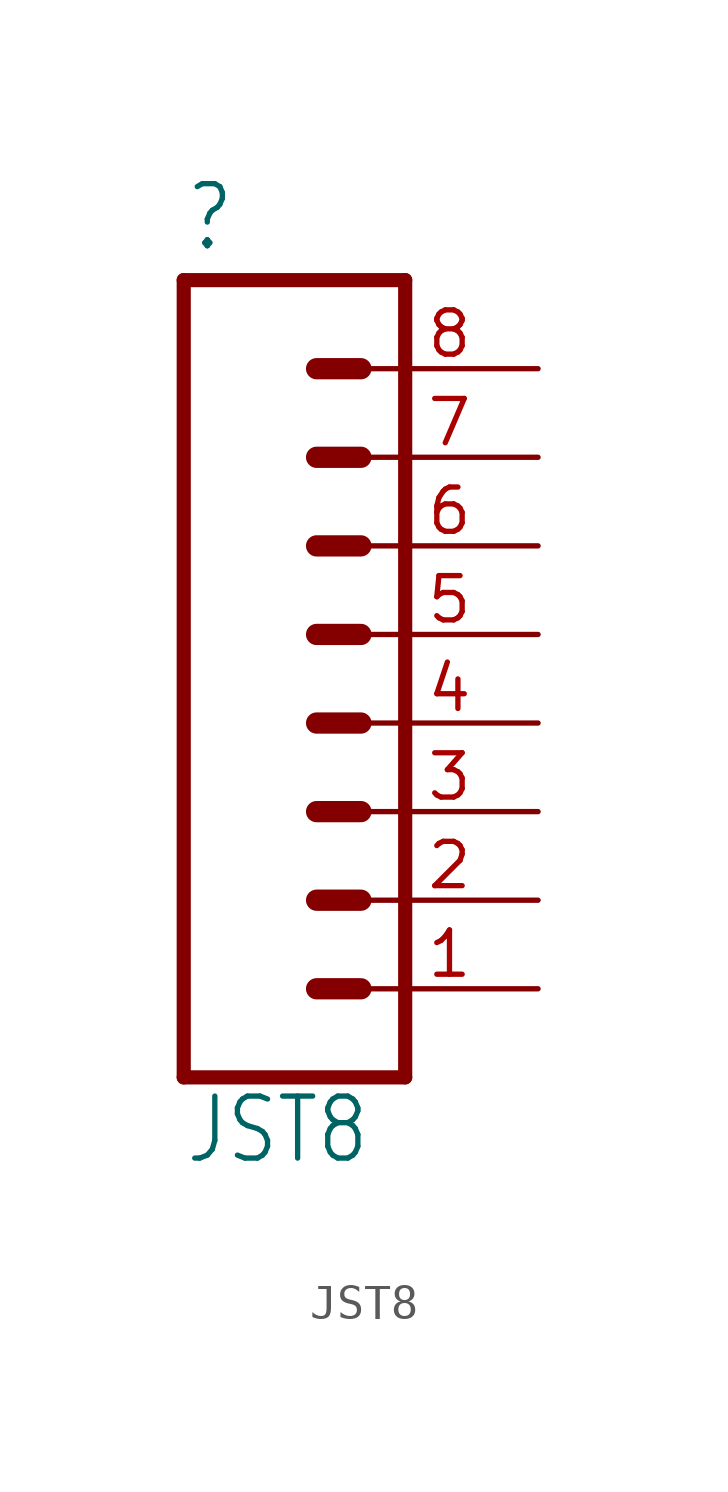
<source format=kicad_sym>
(kicad_symbol_lib
  (version 20211014)
  (generator kicad_symbol_editor)
  (symbol "JST8"
    (property "Reference" ""
      (at -2.54 10.922 0)
      (effects (font (size 1.778 1.511)) (justify left bottom)))
    (property "Value" "JST8"
      (at -2.54 -15.24 0)
      (effects (font (size 1.778 1.511)) (justify left bottom)))
    (property "ki_locked" ""
      (at 0 0 0)
      (effects (font (size 1.27 1.27))))
    (symbol "JST8_1_0"
      (polyline (pts (xy -2.54 10.16) (xy -2.54 -12.7)) (stroke (width 0.406) (type default) (color 0 0 0 0)) (fill (type none)))
      (polyline (pts (xy -2.54 10.16) (xy 3.81 10.16)) (stroke (width 0.406) (type default) (color 0 0 0 0)) (fill (type none)))
      (polyline (pts (xy 1.27 -10.16) (xy 2.54 -10.16)) (stroke (width 0.61) (type default) (color 0 0 0 0)) (fill (type none)))
      (polyline (pts (xy 1.27 -7.62) (xy 2.54 -7.62)) (stroke (width 0.61) (type default) (color 0 0 0 0)) (fill (type none)))
      (polyline (pts (xy 1.27 -5.08) (xy 2.54 -5.08)) (stroke (width 0.61) (type default) (color 0 0 0 0)) (fill (type none)))
      (polyline (pts (xy 1.27 -2.54) (xy 2.54 -2.54)) (stroke (width 0.61) (type default) (color 0 0 0 0)) (fill (type none)))
      (polyline (pts (xy 1.27 0) (xy 2.54 0)) (stroke (width 0.61) (type default) (color 0 0 0 0)) (fill (type none)))
      (polyline (pts (xy 1.27 2.54) (xy 2.54 2.54)) (stroke (width 0.61) (type default) (color 0 0 0 0)) (fill (type none)))
      (polyline (pts (xy 1.27 5.08) (xy 2.54 5.08)) (stroke (width 0.61) (type default) (color 0 0 0 0)) (fill (type none)))
      (polyline (pts (xy 1.27 7.62) (xy 2.54 7.62)) (stroke (width 0.61) (type default) (color 0 0 0 0)) (fill (type none)))
      (polyline (pts (xy 3.81 -12.7) (xy -2.54 -12.7)) (stroke (width 0.406) (type default) (color 0 0 0 0)) (fill (type none)))
      (polyline (pts (xy 3.81 -12.7) (xy 3.81 10.16)) (stroke (width 0.406) (type default) (color 0 0 0 0)) (fill (type none)))
      (pin passive line (at 7.62 -10.16 180) (length 5.08) (name "1" (effects (font (size 0 0)))) (number "1" (effects (font (size 1.27 1.27)))))
      (pin passive line (at 7.62 -7.62 180) (length 5.08) (name "2" (effects (font (size 0 0)))) (number "2" (effects (font (size 1.27 1.27)))))
      (pin passive line (at 7.62 -5.08 180) (length 5.08) (name "3" (effects (font (size 0 0)))) (number "3" (effects (font (size 1.27 1.27)))))
      (pin passive line (at 7.62 -2.54 180) (length 5.08) (name "4" (effects (font (size 0 0)))) (number "4" (effects (font (size 1.27 1.27)))))
      (pin passive line (at 7.62 0 180) (length 5.08) (name "5" (effects (font (size 0 0)))) (number "5" (effects (font (size 1.27 1.27)))))
      (pin passive line (at 7.62 2.54 180) (length 5.08) (name "6" (effects (font (size 0 0)))) (number "6" (effects (font (size 1.27 1.27)))))
      (pin passive line (at 7.62 5.08 180) (length 5.08) (name "7" (effects (font (size 0 0)))) (number "7" (effects (font (size 1.27 1.27)))))
      (pin passive line (at 7.62 7.62 180) (length 5.08) (name "8" (effects (font (size 0 0)))) (number "8" (effects (font (size 1.27 1.27))))))))
</source>
